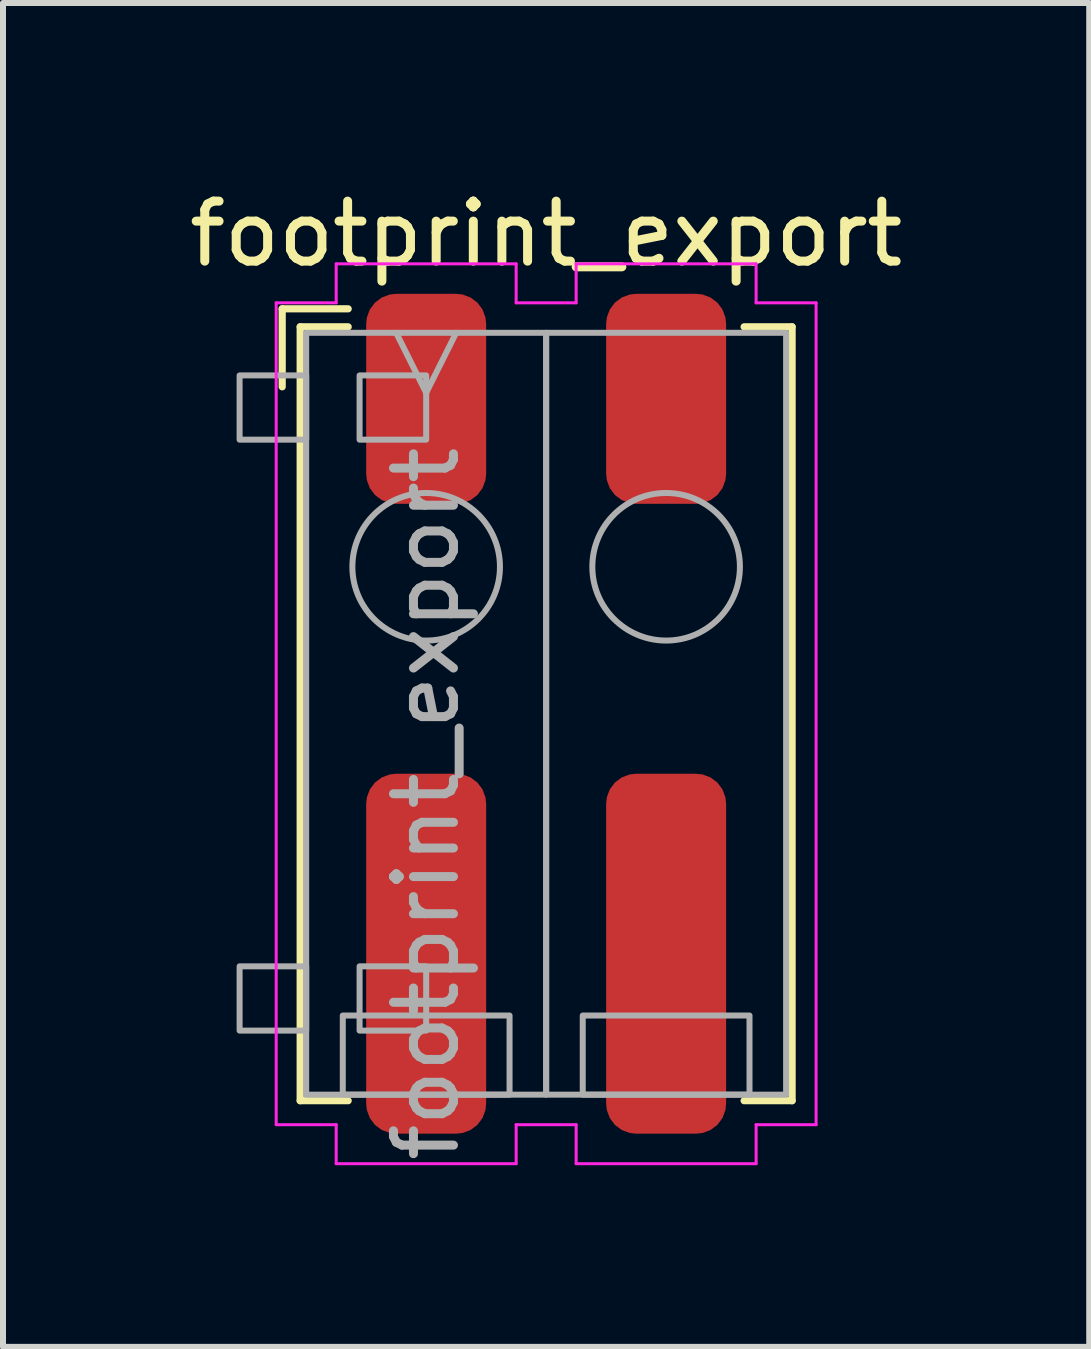
<source format=kicad_pcb>
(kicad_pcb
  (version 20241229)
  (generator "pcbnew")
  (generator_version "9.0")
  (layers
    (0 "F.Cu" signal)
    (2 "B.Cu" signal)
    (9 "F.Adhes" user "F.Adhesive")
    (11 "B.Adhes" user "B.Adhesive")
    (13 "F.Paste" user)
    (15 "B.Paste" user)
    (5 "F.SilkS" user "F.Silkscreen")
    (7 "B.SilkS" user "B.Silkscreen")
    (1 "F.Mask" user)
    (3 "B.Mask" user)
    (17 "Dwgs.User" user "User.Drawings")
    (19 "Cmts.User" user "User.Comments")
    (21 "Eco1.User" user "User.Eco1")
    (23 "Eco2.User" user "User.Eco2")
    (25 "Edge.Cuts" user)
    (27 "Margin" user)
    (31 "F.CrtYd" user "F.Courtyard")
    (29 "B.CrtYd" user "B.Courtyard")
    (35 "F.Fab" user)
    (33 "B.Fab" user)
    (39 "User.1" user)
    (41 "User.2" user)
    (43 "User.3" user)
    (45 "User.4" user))
  (footprint "footprint_export"
    (layer "F.Cu")
    (at 6.054 8.848)
    (property "Reference" "footprint_export" (at 0 -8 0) (unlocked yes) (layer "F.SilkS") (effects (font (size 1 1) (thickness 0.15))))
    (attr smd)
    (fp_line (start -4.4 -6.75) (end -4.4 -5.45) (stroke (width 0.12) (type solid)) (layer "F.SilkS"))
    (fp_line (start -4.1 -6.45) (end -3.3 -6.45) (stroke (width 0.12) (type solid)) (layer "F.SilkS"))
    (fp_line (start -4.1 6.45) (end -4.1 -6.45) (stroke (width 0.12) (type solid)) (layer "F.SilkS"))
    (fp_line (start -4.1 6.45) (end -3.3 6.45) (stroke (width 0.12) (type solid)) (layer "F.SilkS"))
    (fp_line (start -3.3 -6.75) (end -4.4 -6.75) (stroke (width 0.12) (type solid)) (layer "F.SilkS"))
    (fp_line (start 4.1 -6.45) (end 3.3 -6.45) (stroke (width 0.12) (type solid)) (layer "F.SilkS"))
    (fp_line (start 4.1 -6.45) (end 4.1 6.45) (stroke (width 0.12) (type solid)) (layer "F.SilkS"))
    (fp_line (start 4.1 6.45) (end 3.3 6.45) (stroke (width 0.12) (type solid)) (layer "F.SilkS"))
    (fp_line (start -4.5 -6.85) (end -4.5 6.85) (stroke (width 0.05) (type solid)) (layer "F.CrtYd"))
    (fp_line (start -4.5 -6.85) (end -3.5 -6.85) (stroke (width 0.05) (type solid)) (layer "F.CrtYd"))
    (fp_line (start -3.5 -7.5) (end -0.5 -7.5) (stroke (width 0.05) (type solid)) (layer "F.CrtYd"))
    (fp_line (start -3.5 -6.85) (end -3.5 -7.5) (stroke (width 0.05) (type solid)) (layer "F.CrtYd"))
    (fp_line (start -3.5 6.85) (end -4.5 6.85) (stroke (width 0.05) (type solid)) (layer "F.CrtYd"))
    (fp_line (start -3.5 7.5) (end -3.5 6.85) (stroke (width 0.05) (type solid)) (layer "F.CrtYd"))
    (fp_line (start -0.5 -7.5) (end -0.5 -6.85) (stroke (width 0.05) (type solid)) (layer "F.CrtYd"))
    (fp_line (start -0.5 -6.85) (end 0.5 -6.85) (stroke (width 0.05) (type solid)) (layer "F.CrtYd"))
    (fp_line (start -0.5 6.85) (end -0.5 7.5) (stroke (width 0.05) (type solid)) (layer "F.CrtYd"))
    (fp_line (start -0.5 7.5) (end -3.5 7.5) (stroke (width 0.05) (type solid)) (layer "F.CrtYd"))
    (fp_line (start 0.5 -7.5) (end 3.5 -7.5) (stroke (width 0.05) (type solid)) (layer "F.CrtYd"))
    (fp_line (start 0.5 -6.85) (end 0.5 -7.5) (stroke (width 0.05) (type solid)) (layer "F.CrtYd"))
    (fp_line (start 0.5 6.85) (end -0.5 6.85) (stroke (width 0.05) (type solid)) (layer "F.CrtYd"))
    (fp_line (start 0.5 7.5) (end 0.5 6.85) (stroke (width 0.05) (type solid)) (layer "F.CrtYd"))
    (fp_line (start 3.5 -7.5) (end 3.5 -6.85) (stroke (width 0.05) (type solid)) (layer "F.CrtYd"))
    (fp_line (start 3.5 -6.85) (end 4.5 -6.85) (stroke (width 0.05) (type solid)) (layer "F.CrtYd"))
    (fp_line (start 3.5 6.85) (end 3.5 7.5) (stroke (width 0.05) (type solid)) (layer "F.CrtYd"))
    (fp_line (start 3.5 7.5) (end 0.5 7.5) (stroke (width 0.05) (type solid)) (layer "F.CrtYd"))
    (fp_line (start 4.5 -6.85) (end 4.5 6.85) (stroke (width 0.05) (type solid)) (layer "F.CrtYd"))
    (fp_line (start 4.5 6.85) (end 3.5 6.85) (stroke (width 0.05) (type solid)) (layer "F.CrtYd"))
    (fp_line (start -2 -5.35) (end -2.5 -6.35) (stroke (width 0.1) (type solid)) (layer "F.Fab"))
    (fp_line (start -1.5 -6.35) (end -2 -5.35) (stroke (width 0.1) (type solid)) (layer "F.Fab"))
    (fp_rect (start -5.11 -5.64) (end -4 -4.569) (stroke (width 0.1) (type solid)) (fill no) (layer "F.Fab"))
    (fp_rect (start -5.11 4.21) (end -4 5.282) (stroke (width 0.1) (type solid)) (fill no) (layer "F.Fab"))
    (fp_rect (start -4 -6.35) (end 0 6.35) (stroke (width 0.1) (type solid)) (fill no) (layer "F.Fab"))
    (fp_rect (start -3.39 5.03) (end -0.61 6.35) (stroke (width 0.1) (type solid)) (fill no) (layer "F.Fab"))
    (fp_rect (start -3.11 -5.64) (end -2 -4.569) (stroke (width 0.1) (type solid)) (fill no) (layer "F.Fab"))
    (fp_rect (start -3.11 4.21) (end -2 5.282) (stroke (width 0.1) (type solid)) (fill no) (layer "F.Fab"))
    (fp_rect (start 0 -6.35) (end 4 6.35) (stroke (width 0.1) (type solid)) (fill no) (layer "F.Fab"))
    (fp_rect (start 0.61 5.03) (end 3.39 6.35) (stroke (width 0.1) (type solid)) (fill no) (layer "F.Fab"))
    (fp_circle (center -2 -2.45) (end -0.77 -2.45) (stroke (width 0.1) (type solid)) (fill no) (layer "F.Fab"))
    (fp_circle (center 2 -2.45) (end 3.23 -2.45) (stroke (width 0.1) (type solid)) (fill no) (layer "F.Fab"))
    (fp_text user "${REFERENCE}" (at -2 1.5 90) (unlocked yes) (layer "F.Fab") (effects (font (size 1 1) (thickness 0.15))))
    (pad "1" smd roundrect (at -2 -5.25) (size 2 3.5) (layers "F.Cu" "F.Mask" "F.Paste") (roundrect_rratio 0.25))
    (pad "1" smd roundrect (at -2 4) (size 2 6) (layers "F.Cu" "F.Mask" "F.Paste") (roundrect_rratio 0.25))
    (pad "2" smd roundrect (at 2 -5.25) (size 2 3.5) (layers "F.Cu" "F.Mask" "F.Paste") (roundrect_rratio 0.25))
    (pad "2" smd roundrect (at 2 4) (size 2 6) (layers "F.Cu" "F.Mask" "F.Paste") (roundrect_rratio 0.25)))
  (gr_rect
    (start -3 -3)
    (end 15.107 19.402)
    (stroke (width 0.1) (type default))
    (fill no)
    (layer "Edge.Cuts")))
</source>
